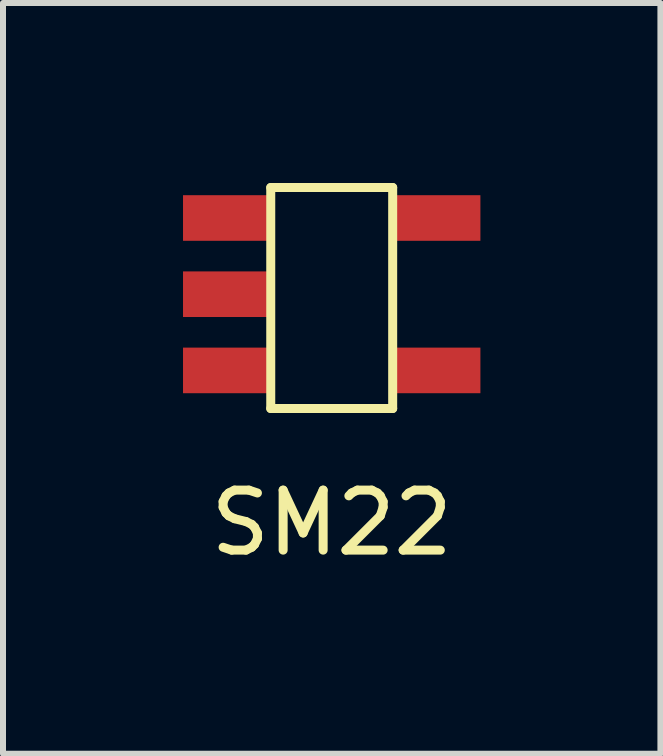
<source format=kicad_pcb>
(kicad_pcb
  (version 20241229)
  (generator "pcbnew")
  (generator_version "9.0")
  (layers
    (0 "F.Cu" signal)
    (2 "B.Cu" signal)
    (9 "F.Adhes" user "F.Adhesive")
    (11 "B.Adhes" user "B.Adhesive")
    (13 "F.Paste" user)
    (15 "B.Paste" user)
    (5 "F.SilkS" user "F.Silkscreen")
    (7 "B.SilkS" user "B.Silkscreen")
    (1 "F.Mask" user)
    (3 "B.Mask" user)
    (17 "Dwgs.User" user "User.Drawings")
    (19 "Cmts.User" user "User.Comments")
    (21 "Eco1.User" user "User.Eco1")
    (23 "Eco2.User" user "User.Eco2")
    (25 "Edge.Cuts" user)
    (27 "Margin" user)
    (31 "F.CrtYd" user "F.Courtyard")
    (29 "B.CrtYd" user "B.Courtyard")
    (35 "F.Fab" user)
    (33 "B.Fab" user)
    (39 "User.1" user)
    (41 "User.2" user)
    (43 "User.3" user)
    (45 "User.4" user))
  (footprint "SM22"
    (layer "F.Cu")
    (at 2.478 1.853)
    (property "Reference" "SM22" (at 0 3.81 0) (layer "F.SilkS") (effects (font (size 1 1) (thickness 0.15))))
    (attr through_hole)
    (fp_line (start -1.016 -1.778) (end 1.016 -1.778) (stroke (width 0.15) (type solid)) (layer "F.SilkS"))
    (fp_line (start -1.016 1.905) (end -1.016 -1.778) (stroke (width 0.15) (type solid)) (layer "F.SilkS"))
    (fp_line (start 1.016 -1.778) (end 1.016 1.905) (stroke (width 0.15) (type solid)) (layer "F.SilkS"))
    (fp_line (start 1.016 1.905) (end -1.016 1.905) (stroke (width 0.15) (type solid)) (layer "F.SilkS"))
    (pad "1" smd rect (at -1.778 -1.27) (size 1.4 0.76) (layers "F.Cu" "F.Mask" "F.Paste"))
    (pad "2" smd rect (at -1.778 0) (size 1.4 0.76) (layers "F.Cu" "F.Mask" "F.Paste"))
    (pad "3" smd rect (at -1.778 1.27) (size 1.4 0.76) (layers "F.Cu" "F.Mask" "F.Paste"))
    (pad "4" smd rect (at 1.778 1.27) (size 1.4 0.76) (layers "F.Cu" "F.Mask" "F.Paste"))
    (pad "5" smd rect (at 1.778 -1.27) (size 1.4 0.76) (layers "F.Cu" "F.Mask" "F.Paste")))
  (gr_rect
    (start -3 -3)
    (end 7.956 9.511)
    (stroke (width 0.1) (type default))
    (fill no)
    (layer "Edge.Cuts")))
</source>
